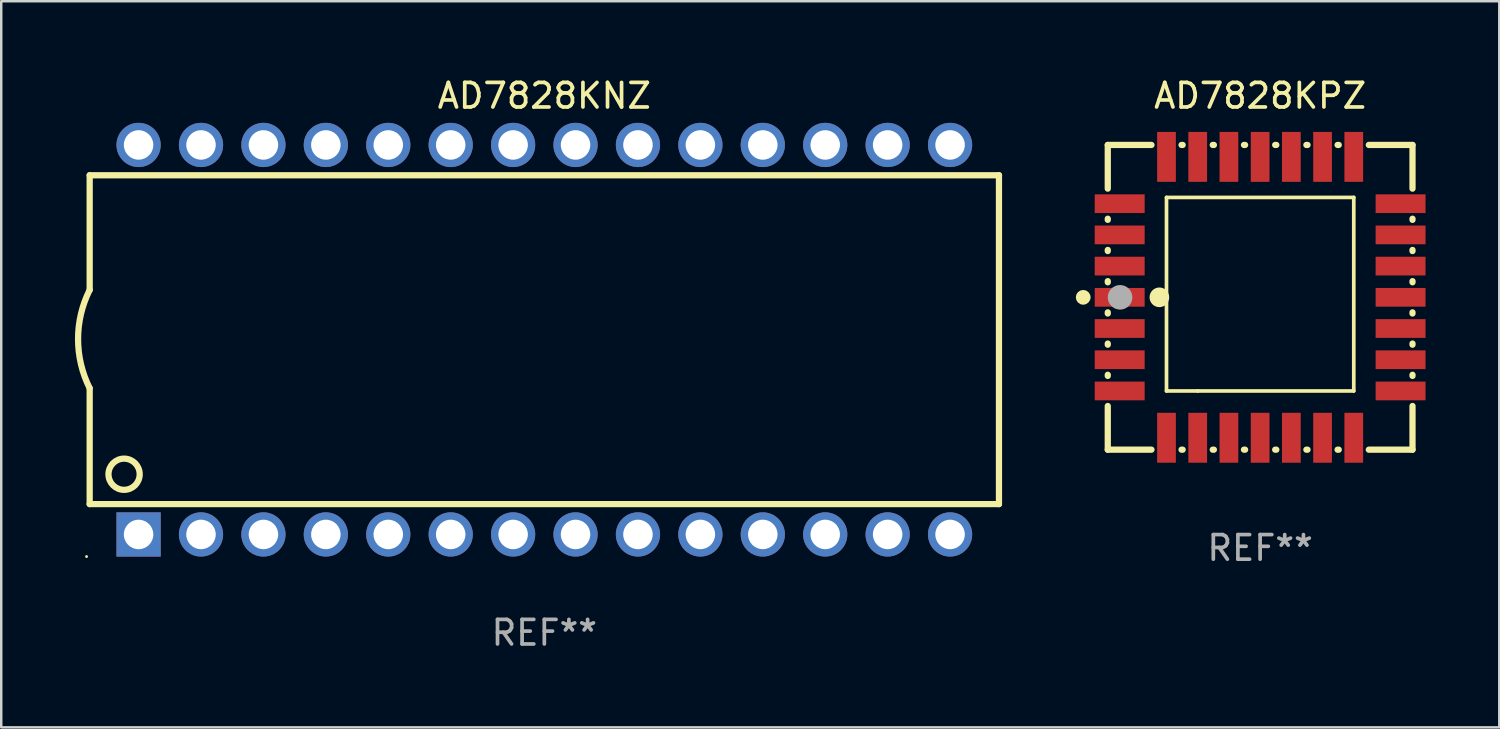
<source format=kicad_pcb>
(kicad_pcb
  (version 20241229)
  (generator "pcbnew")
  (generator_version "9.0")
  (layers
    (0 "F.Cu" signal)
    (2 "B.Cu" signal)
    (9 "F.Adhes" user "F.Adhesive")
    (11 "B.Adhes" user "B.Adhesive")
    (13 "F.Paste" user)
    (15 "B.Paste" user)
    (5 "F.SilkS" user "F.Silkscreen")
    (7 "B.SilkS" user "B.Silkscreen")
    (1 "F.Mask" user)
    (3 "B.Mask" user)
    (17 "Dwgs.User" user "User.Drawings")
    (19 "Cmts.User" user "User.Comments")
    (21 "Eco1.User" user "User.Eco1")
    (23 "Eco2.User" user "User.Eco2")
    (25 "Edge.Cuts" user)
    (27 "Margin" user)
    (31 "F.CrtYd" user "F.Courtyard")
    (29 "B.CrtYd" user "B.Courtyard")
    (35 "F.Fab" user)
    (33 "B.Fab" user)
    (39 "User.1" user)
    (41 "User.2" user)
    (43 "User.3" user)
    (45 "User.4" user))
  (footprint "AD7828KPZ"
    (layer "F.Cu")
    (at 48.226 9.048)
    (property "Reference" "AD7828KPZ" (at 0 -8.2 0) (layer "F.SilkS") (effects (font (size 1 1) (thickness 0.15))))
    (attr through_hole)
    (fp_line (start -6.2 -6.2) (end -4.422 -6.2) (stroke (width 0.254) (type solid)) (layer "F.SilkS"))
    (fp_line (start -6.2 -4.422) (end -6.2 -6.2) (stroke (width 0.254) (type solid)) (layer "F.SilkS"))
    (fp_line (start -6.2 -3.152) (end -6.2 -3.198) (stroke (width 0.254) (type solid)) (layer "F.SilkS"))
    (fp_line (start -6.2 -1.882) (end -6.2 -1.928) (stroke (width 0.254) (type solid)) (layer "F.SilkS"))
    (fp_line (start -6.2 -0.612) (end -6.2 -0.658) (stroke (width 0.254) (type solid)) (layer "F.SilkS"))
    (fp_line (start -6.2 0.658) (end -6.2 0.612) (stroke (width 0.254) (type solid)) (layer "F.SilkS"))
    (fp_line (start -6.2 1.928) (end -6.2 1.882) (stroke (width 0.254) (type solid)) (layer "F.SilkS"))
    (fp_line (start -6.2 3.198) (end -6.2 3.152) (stroke (width 0.254) (type solid)) (layer "F.SilkS"))
    (fp_line (start -6.2 6.2) (end -6.2 4.422) (stroke (width 0.254) (type solid)) (layer "F.SilkS"))
    (fp_line (start -4.422 6.2) (end -6.2 6.2) (stroke (width 0.254) (type solid)) (layer "F.SilkS"))
    (fp_line (start -3.81 -4.064) (end 3.81 -4.064) (stroke (width 0.15) (type solid)) (layer "F.SilkS"))
    (fp_line (start -3.81 3.81) (end -3.81 -4.064) (stroke (width 0.15) (type solid)) (layer "F.SilkS"))
    (fp_line (start -3.198 -6.2) (end -3.152 -6.2) (stroke (width 0.254) (type solid)) (layer "F.SilkS"))
    (fp_line (start -3.152 6.2) (end -3.198 6.2) (stroke (width 0.254) (type solid)) (layer "F.SilkS"))
    (fp_line (start -2.54 3.81) (end -3.81 3.81) (stroke (width 0.15) (type solid)) (layer "F.SilkS"))
    (fp_line (start -1.928 -6.2) (end -1.882 -6.2) (stroke (width 0.254) (type solid)) (layer "F.SilkS"))
    (fp_line (start -1.882 6.2) (end -1.928 6.2) (stroke (width 0.254) (type solid)) (layer "F.SilkS"))
    (fp_line (start -0.658 -6.2) (end -0.612 -6.2) (stroke (width 0.254) (type solid)) (layer "F.SilkS"))
    (fp_line (start -0.612 6.2) (end -0.658 6.2) (stroke (width 0.254) (type solid)) (layer "F.SilkS"))
    (fp_line (start 0.612 -6.2) (end 0.658 -6.2) (stroke (width 0.254) (type solid)) (layer "F.SilkS"))
    (fp_line (start 0.658 6.2) (end 0.612 6.2) (stroke (width 0.254) (type solid)) (layer "F.SilkS"))
    (fp_line (start 1.882 -6.2) (end 1.928 -6.2) (stroke (width 0.254) (type solid)) (layer "F.SilkS"))
    (fp_line (start 1.928 6.2) (end 1.882 6.2) (stroke (width 0.254) (type solid)) (layer "F.SilkS"))
    (fp_line (start 3.152 -6.2) (end 3.198 -6.2) (stroke (width 0.254) (type solid)) (layer "F.SilkS"))
    (fp_line (start 3.198 6.2) (end 3.152 6.2) (stroke (width 0.254) (type solid)) (layer "F.SilkS"))
    (fp_line (start 3.81 -4.064) (end 3.81 3.81) (stroke (width 0.15) (type solid)) (layer "F.SilkS"))
    (fp_line (start 3.81 3.81) (end -2.54 3.81) (stroke (width 0.15) (type solid)) (layer "F.SilkS"))
    (fp_line (start 4.422 -6.2) (end 6.2 -6.2) (stroke (width 0.254) (type solid)) (layer "F.SilkS"))
    (fp_line (start 6.2 -6.2) (end 6.2 -4.422) (stroke (width 0.254) (type solid)) (layer "F.SilkS"))
    (fp_line (start 6.2 -3.198) (end 6.2 -3.152) (stroke (width 0.254) (type solid)) (layer "F.SilkS"))
    (fp_line (start 6.2 -1.928) (end 6.2 -1.882) (stroke (width 0.254) (type solid)) (layer "F.SilkS"))
    (fp_line (start 6.2 -0.658) (end 6.2 -0.612) (stroke (width 0.254) (type solid)) (layer "F.SilkS"))
    (fp_line (start 6.2 0.612) (end 6.2 0.658) (stroke (width 0.254) (type solid)) (layer "F.SilkS"))
    (fp_line (start 6.2 1.882) (end 6.2 1.928) (stroke (width 0.254) (type solid)) (layer "F.SilkS"))
    (fp_line (start 6.2 3.152) (end 6.2 3.198) (stroke (width 0.254) (type solid)) (layer "F.SilkS"))
    (fp_line (start 6.2 4.422) (end 6.2 6.2) (stroke (width 0.254) (type solid)) (layer "F.SilkS"))
    (fp_line (start 6.2 6.2) (end 4.422 6.2) (stroke (width 0.254) (type solid)) (layer "F.SilkS"))
    (fp_circle (center -7.2 0) (end -7.05 0) (stroke (width 0.3) (type solid)) (fill no) (layer "F.SilkS"))
    (fp_circle (center -6.223 6.223) (end -6.193 6.223) (stroke (width 0.06) (type solid)) (fill no) (layer "F.SilkS"))
    (fp_circle (center -4.1 0) (end -3.9 0) (stroke (width 0.4) (type solid)) (fill no) (layer "F.SilkS"))
    (fp_circle (center -5.7 0) (end -5.45 0) (stroke (width 0.5) (type solid)) (fill no) (layer "F.Fab"))
    (fp_text user "REF**" (at 0 10.2 0) (layer "F.Fab") (effects (font (size 1 1) (thickness 0.15))))
    (pad "1" smd rect (at -5.715 0) (size 2.032 0.762) (layers "F.Cu" "F.Mask" "F.Paste"))
    (pad "2" smd rect (at -5.715 1.27) (size 2.032 0.762) (layers "F.Cu" "F.Mask" "F.Paste"))
    (pad "3" smd rect (at -5.715 2.54) (size 2.032 0.762) (layers "F.Cu" "F.Mask" "F.Paste"))
    (pad "4" smd rect (at -5.715 3.81) (size 2.032 0.762) (layers "F.Cu" "F.Mask" "F.Paste"))
    (pad "5" smd rect (at -3.81 5.715) (size 0.762 2.032) (layers "F.Cu" "F.Mask" "F.Paste"))
    (pad "6" smd rect (at -2.54 5.715) (size 0.762 2.032) (layers "F.Cu" "F.Mask" "F.Paste"))
    (pad "7" smd rect (at -1.27 5.715) (size 0.762 2.032) (layers "F.Cu" "F.Mask" "F.Paste"))
    (pad "8" smd rect (at 0 5.715) (size 0.762 2.032) (layers "F.Cu" "F.Mask" "F.Paste"))
    (pad "9" smd rect (at 1.27 5.715) (size 0.762 2.032) (layers "F.Cu" "F.Mask" "F.Paste"))
    (pad "10" smd rect (at 2.54 5.715) (size 0.762 2.032) (layers "F.Cu" "F.Mask" "F.Paste"))
    (pad "11" smd rect (at 3.81 5.715) (size 0.762 2.032) (layers "F.Cu" "F.Mask" "F.Paste"))
    (pad "12" smd rect (at 5.715 3.81) (size 2.032 0.762) (layers "F.Cu" "F.Mask" "F.Paste"))
    (pad "13" smd rect (at 5.715 2.54) (size 2.032 0.762) (layers "F.Cu" "F.Mask" "F.Paste"))
    (pad "14" smd rect (at 5.715 1.27) (size 2.032 0.762) (layers "F.Cu" "F.Mask" "F.Paste"))
    (pad "15" smd rect (at 5.715 0) (size 2.032 0.762) (layers "F.Cu" "F.Mask" "F.Paste"))
    (pad "16" smd rect (at 5.715 -1.27) (size 2.032 0.762) (layers "F.Cu" "F.Mask" "F.Paste"))
    (pad "17" smd rect (at 5.715 -2.54) (size 2.032 0.762) (layers "F.Cu" "F.Mask" "F.Paste"))
    (pad "18" smd rect (at 5.715 -3.81) (size 2.032 0.762) (layers "F.Cu" "F.Mask" "F.Paste"))
    (pad "19" smd rect (at 3.81 -5.715) (size 0.762 2.032) (layers "F.Cu" "F.Mask" "F.Paste"))
    (pad "20" smd rect (at 2.54 -5.715) (size 0.762 2.032) (layers "F.Cu" "F.Mask" "F.Paste"))
    (pad "21" smd rect (at 1.27 -5.715) (size 0.762 2.032) (layers "F.Cu" "F.Mask" "F.Paste"))
    (pad "22" smd rect (at 0 -5.715) (size 0.762 2.032) (layers "F.Cu" "F.Mask" "F.Paste"))
    (pad "23" smd rect (at -1.27 -5.715) (size 0.762 2.032) (layers "F.Cu" "F.Mask" "F.Paste"))
    (pad "24" smd rect (at -2.54 -5.715) (size 0.762 2.032) (layers "F.Cu" "F.Mask" "F.Paste"))
    (pad "25" smd rect (at -3.81 -5.715) (size 0.762 2.032) (layers "F.Cu" "F.Mask" "F.Paste"))
    (pad "26" smd rect (at -5.715 -3.81) (size 2.032 0.762) (layers "F.Cu" "F.Mask" "F.Paste"))
    (pad "27" smd rect (at -5.715 -2.54) (size 2.032 0.762) (layers "F.Cu" "F.Mask" "F.Paste"))
    (pad "28" smd rect (at -5.715 -1.27) (size 2.032 0.762) (layers "F.Cu" "F.Mask" "F.Paste")))
  (footprint "AD7828KNZ"
    (layer "F.Cu")
    (at 19.099 10.773)
    (property "Reference" "AD7828KNZ" (at 0 -9.925 0) (layer "F.SilkS") (effects (font (size 1 1) (thickness 0.15))))
    (attr through_hole)
    (fp_line (start -18.5 -6.692) (end -18.5 -2.026) (stroke (width 0.254) (type solid)) (layer "F.SilkS"))
    (fp_line (start -18.5 6.689) (end -18.5 1.974) (stroke (width 0.254) (type solid)) (layer "F.SilkS"))
    (fp_line (start -18.5 6.689) (end 18.5 6.689) (stroke (width 0.254) (type solid)) (layer "F.SilkS"))
    (fp_line (start 18.5 -6.692) (end -18.5 -6.692) (stroke (width 0.254) (type solid)) (layer "F.SilkS"))
    (fp_line (start 18.5 6.689) (end 18.5 -6.692) (stroke (width 0.254) (type solid)) (layer "F.SilkS"))
    (fp_arc (start -18.500051 1.974346) (mid -18.972187 -0.025654) (end -18.500051 -2.025654) (stroke (width 0.254001) (type solid)) (layer "F.SilkS"))
    (fp_circle (center -18.627 8.824) (end -18.597 8.824) (stroke (width 0.06) (type solid)) (fill no) (layer "F.SilkS"))
    (fp_circle (center -17.1 5.474) (end -16.465 5.474) (stroke (width 0.254) (type solid)) (fill no) (layer "F.SilkS"))
    (fp_text user "REF**" (at 0 11.925 0) (layer "F.Fab") (effects (font (size 1 1) (thickness 0.15))))
    (pad "1" thru_hole rect (at -16.51 7.925) (size 1.8 1.8) (drill 1.2) (layers "*.Cu" "*.Mask"))
    (pad "2" thru_hole circle (at -13.97 7.924) (size 1.8 1.8) (drill 1.2) (layers "*.Cu" "*.Mask"))
    (pad "3" thru_hole circle (at -11.43 7.924) (size 1.8 1.8) (drill 1.2) (layers "*.Cu" "*.Mask"))
    (pad "4" thru_hole circle (at -8.89 7.924) (size 1.8 1.8) (drill 1.2) (layers "*.Cu" "*.Mask"))
    (pad "5" thru_hole circle (at -6.35 7.924) (size 1.8 1.8) (drill 1.2) (layers "*.Cu" "*.Mask"))
    (pad "6" thru_hole circle (at -3.81 7.924) (size 1.8 1.8) (drill 1.2) (layers "*.Cu" "*.Mask"))
    (pad "7" thru_hole circle (at -1.27 7.924) (size 1.8 1.8) (drill 1.2) (layers "*.Cu" "*.Mask"))
    (pad "8" thru_hole circle (at 1.27 7.924) (size 1.8 1.8) (drill 1.2) (layers "*.Cu" "*.Mask"))
    (pad "9" thru_hole circle (at 3.81 7.924) (size 1.8 1.8) (drill 1.2) (layers "*.Cu" "*.Mask"))
    (pad "10" thru_hole circle (at 6.35 7.924) (size 1.8 1.8) (drill 1.2) (layers "*.Cu" "*.Mask"))
    (pad "11" thru_hole circle (at 8.89 7.924) (size 1.8 1.8) (drill 1.2) (layers "*.Cu" "*.Mask"))
    (pad "12" thru_hole circle (at 11.43 7.924) (size 1.8 1.8) (drill 1.2) (layers "*.Cu" "*.Mask"))
    (pad "13" thru_hole circle (at 13.97 7.924) (size 1.8 1.8) (drill 1.2) (layers "*.Cu" "*.Mask"))
    (pad "14" thru_hole circle (at 16.51 7.924) (size 1.8 1.8) (drill 1.2) (layers "*.Cu" "*.Mask"))
    (pad "15" thru_hole circle (at 16.51 -7.925) (size 1.8 1.8) (drill 1.2) (layers "*.Cu" "*.Mask"))
    (pad "16" thru_hole circle (at 13.97 -7.925) (size 1.8 1.8) (drill 1.2) (layers "*.Cu" "*.Mask"))
    (pad "17" thru_hole circle (at 11.43 -7.925) (size 1.8 1.8) (drill 1.2) (layers "*.Cu" "*.Mask"))
    (pad "18" thru_hole circle (at 8.89 -7.925) (size 1.8 1.8) (drill 1.2) (layers "*.Cu" "*.Mask"))
    (pad "19" thru_hole circle (at 6.35 -7.925) (size 1.8 1.8) (drill 1.2) (layers "*.Cu" "*.Mask"))
    (pad "20" thru_hole circle (at 3.81 -7.925) (size 1.8 1.8) (drill 1.2) (layers "*.Cu" "*.Mask"))
    (pad "21" thru_hole circle (at 1.27 -7.925) (size 1.8 1.8) (drill 1.2) (layers "*.Cu" "*.Mask"))
    (pad "22" thru_hole circle (at -1.27 -7.925) (size 1.8 1.8) (drill 1.2) (layers "*.Cu" "*.Mask"))
    (pad "23" thru_hole circle (at -3.81 -7.925) (size 1.8 1.8) (drill 1.2) (layers "*.Cu" "*.Mask"))
    (pad "24" thru_hole circle (at -6.35 -7.925) (size 1.8 1.8) (drill 1.2) (layers "*.Cu" "*.Mask"))
    (pad "25" thru_hole circle (at -8.89 -7.925) (size 1.8 1.8) (drill 1.2) (layers "*.Cu" "*.Mask"))
    (pad "26" thru_hole circle (at -11.43 -7.925) (size 1.8 1.8) (drill 1.2) (layers "*.Cu" "*.Mask"))
    (pad "27" thru_hole circle (at -13.97 -7.925) (size 1.8 1.8) (drill 1.2) (layers "*.Cu" "*.Mask"))
    (pad "28" thru_hole circle (at -16.51 -7.925) (size 1.8 1.8) (drill 1.2) (layers "*.Cu" "*.Mask")))
  (gr_rect
    (start -3 -3)
    (end 57.957 26.546)
    (stroke (width 0.1) (type default))
    (fill no)
    (layer "Edge.Cuts")))
</source>
